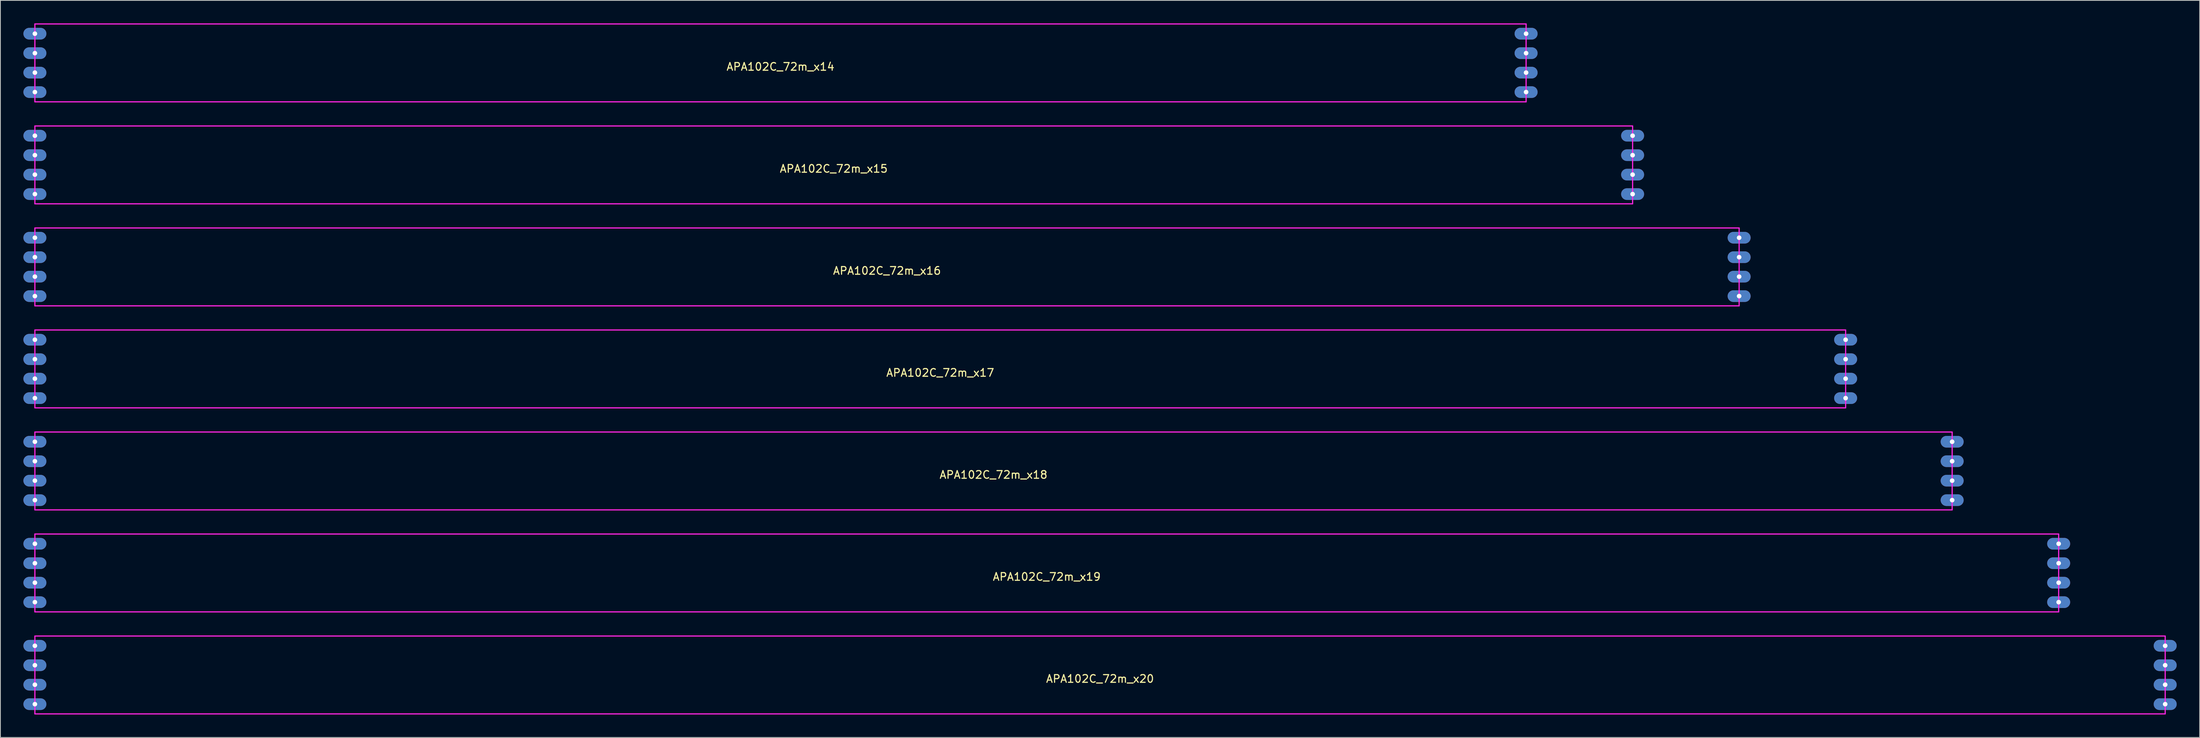
<source format=kicad_pcb>
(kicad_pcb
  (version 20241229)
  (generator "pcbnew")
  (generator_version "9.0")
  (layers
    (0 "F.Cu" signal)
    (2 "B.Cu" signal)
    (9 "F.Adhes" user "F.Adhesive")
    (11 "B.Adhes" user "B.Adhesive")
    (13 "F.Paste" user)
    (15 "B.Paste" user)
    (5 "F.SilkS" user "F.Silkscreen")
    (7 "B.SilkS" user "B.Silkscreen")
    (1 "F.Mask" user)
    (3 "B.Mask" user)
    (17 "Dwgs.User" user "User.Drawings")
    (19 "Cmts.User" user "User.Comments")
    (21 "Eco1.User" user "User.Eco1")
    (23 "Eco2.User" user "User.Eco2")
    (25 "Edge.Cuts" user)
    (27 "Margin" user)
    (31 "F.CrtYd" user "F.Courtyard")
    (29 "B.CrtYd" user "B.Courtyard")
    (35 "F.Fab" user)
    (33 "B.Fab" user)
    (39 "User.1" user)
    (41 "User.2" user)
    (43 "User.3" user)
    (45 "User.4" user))
  (footprint "APA102C_72m_x19"
    (layer "F.Cu")
    (at 133.444 71.705)
    (property "Reference" "APA102C_72m_x19" (at 0 0.5 0) (layer "F.SilkS") (effects (font (size 1 1) (thickness 0.15))))
    (attr through_hole)
    (fp_line (start -131.944 -5.08) (end -131.944 5.08) (stroke (width 0.15) (type solid)) (layer "F.CrtYd"))
    (fp_line (start -131.944 5.08) (end 131.944 5.08) (stroke (width 0.15) (type solid)) (layer "F.CrtYd"))
    (fp_line (start 131.944 -5.08) (end -131.944 -5.08) (stroke (width 0.15) (type solid)) (layer "F.CrtYd"))
    (fp_line (start 131.944 5.08) (end 131.944 -5.08) (stroke (width 0.15) (type solid)) (layer "F.CrtYd"))
    (pad "1" thru_hole oval (at -131.944 -3.81) (size 3 1.524) (drill 0.6) (layers "*.Cu" "*.Mask"))
    (pad "2" thru_hole oval (at -131.944 -1.27) (size 3 1.524) (drill 0.6) (layers "*.Cu" "*.Mask"))
    (pad "3" thru_hole oval (at -131.944 1.27) (size 3 1.524) (drill 0.6) (layers "*.Cu" "*.Mask"))
    (pad "4" thru_hole oval (at -131.944 3.81) (size 3 1.524) (drill 0.6) (layers "*.Cu" "*.Mask"))
    (pad "5" thru_hole oval (at 131.944 -3.81) (size 3 1.524) (drill 0.6) (layers "*.Cu" "*.Mask"))
    (pad "6" thru_hole oval (at 131.944 -1.27) (size 3 1.524) (drill 0.6) (layers "*.Cu" "*.Mask"))
    (pad "7" thru_hole oval (at 131.944 1.27) (size 3 1.524) (drill 0.6) (layers "*.Cu" "*.Mask"))
    (pad "8" thru_hole oval (at 131.944 3.81) (size 3 1.524) (drill 0.6) (layers "*.Cu" "*.Mask")))
  (footprint "APA102C_72m_x16"
    (layer "F.Cu")
    (at 112.611 31.775)
    (property "Reference" "APA102C_72m_x16" (at 0 0.5 0) (layer "F.SilkS") (effects (font (size 1 1) (thickness 0.15))))
    (attr through_hole)
    (fp_line (start -111.111 -5.08) (end -111.111 5.08) (stroke (width 0.15) (type solid)) (layer "F.CrtYd"))
    (fp_line (start -111.111 5.08) (end 111.111 5.08) (stroke (width 0.15) (type solid)) (layer "F.CrtYd"))
    (fp_line (start 111.111 -5.08) (end -111.111 -5.08) (stroke (width 0.15) (type solid)) (layer "F.CrtYd"))
    (fp_line (start 111.111 5.08) (end 111.111 -5.08) (stroke (width 0.15) (type solid)) (layer "F.CrtYd"))
    (pad "1" thru_hole oval (at -111.111 -3.81) (size 3 1.524) (drill 0.6) (layers "*.Cu" "*.Mask"))
    (pad "2" thru_hole oval (at -111.111 -1.27) (size 3 1.524) (drill 0.6) (layers "*.Cu" "*.Mask"))
    (pad "3" thru_hole oval (at -111.111 1.27) (size 3 1.524) (drill 0.6) (layers "*.Cu" "*.Mask"))
    (pad "4" thru_hole oval (at -111.111 3.81) (size 3 1.524) (drill 0.6) (layers "*.Cu" "*.Mask"))
    (pad "5" thru_hole oval (at 111.111 -3.81) (size 3 1.524) (drill 0.6) (layers "*.Cu" "*.Mask"))
    (pad "6" thru_hole oval (at 111.111 -1.27) (size 3 1.524) (drill 0.6) (layers "*.Cu" "*.Mask"))
    (pad "7" thru_hole oval (at 111.111 1.27) (size 3 1.524) (drill 0.6) (layers "*.Cu" "*.Mask"))
    (pad "8" thru_hole oval (at 111.111 3.81) (size 3 1.524) (drill 0.6) (layers "*.Cu" "*.Mask")))
  (footprint "APA102C_72m_x14"
    (layer "F.Cu")
    (at 98.722 5.155)
    (property "Reference" "APA102C_72m_x14" (at 0 0.5 0) (layer "F.SilkS") (effects (font (size 1 1) (thickness 0.15))))
    (attr through_hole)
    (fp_line (start -97.222 -5.08) (end -97.222 5.08) (stroke (width 0.15) (type solid)) (layer "F.CrtYd"))
    (fp_line (start -97.222 5.08) (end 97.222 5.08) (stroke (width 0.15) (type solid)) (layer "F.CrtYd"))
    (fp_line (start 97.222 -5.08) (end -97.222 -5.08) (stroke (width 0.15) (type solid)) (layer "F.CrtYd"))
    (fp_line (start 97.222 5.08) (end 97.222 -5.08) (stroke (width 0.15) (type solid)) (layer "F.CrtYd"))
    (pad "1" thru_hole oval (at -97.222 -3.81) (size 3 1.524) (drill 0.6) (layers "*.Cu" "*.Mask"))
    (pad "2" thru_hole oval (at -97.222 -1.27) (size 3 1.524) (drill 0.6) (layers "*.Cu" "*.Mask"))
    (pad "3" thru_hole oval (at -97.222 1.27) (size 3 1.524) (drill 0.6) (layers "*.Cu" "*.Mask"))
    (pad "4" thru_hole oval (at -97.222 3.81) (size 3 1.524) (drill 0.6) (layers "*.Cu" "*.Mask"))
    (pad "5" thru_hole oval (at 97.222 -3.81) (size 3 1.524) (drill 0.6) (layers "*.Cu" "*.Mask"))
    (pad "6" thru_hole oval (at 97.222 -1.27) (size 3 1.524) (drill 0.6) (layers "*.Cu" "*.Mask"))
    (pad "7" thru_hole oval (at 97.222 1.27) (size 3 1.524) (drill 0.6) (layers "*.Cu" "*.Mask"))
    (pad "8" thru_hole oval (at 97.222 3.81) (size 3 1.524) (drill 0.6) (layers "*.Cu" "*.Mask")))
  (footprint "APA102C_72m_x18"
    (layer "F.Cu")
    (at 126.5 58.395)
    (property "Reference" "APA102C_72m_x18" (at 0 0.5 0) (layer "F.SilkS") (effects (font (size 1 1) (thickness 0.15))))
    (attr through_hole)
    (fp_line (start -125 -5.08) (end -125 5.08) (stroke (width 0.15) (type solid)) (layer "F.CrtYd"))
    (fp_line (start -125 5.08) (end 125 5.08) (stroke (width 0.15) (type solid)) (layer "F.CrtYd"))
    (fp_line (start 125 -5.08) (end -125 -5.08) (stroke (width 0.15) (type solid)) (layer "F.CrtYd"))
    (fp_line (start 125 5.08) (end 125 -5.08) (stroke (width 0.15) (type solid)) (layer "F.CrtYd"))
    (pad "1" thru_hole oval (at -125 -3.81) (size 3 1.524) (drill 0.6) (layers "*.Cu" "*.Mask"))
    (pad "2" thru_hole oval (at -125 -1.27) (size 3 1.524) (drill 0.6) (layers "*.Cu" "*.Mask"))
    (pad "3" thru_hole oval (at -125 1.27) (size 3 1.524) (drill 0.6) (layers "*.Cu" "*.Mask"))
    (pad "4" thru_hole oval (at -125 3.81) (size 3 1.524) (drill 0.6) (layers "*.Cu" "*.Mask"))
    (pad "5" thru_hole oval (at 125 -3.81) (size 3 1.524) (drill 0.6) (layers "*.Cu" "*.Mask"))
    (pad "6" thru_hole oval (at 125 -1.27) (size 3 1.524) (drill 0.6) (layers "*.Cu" "*.Mask"))
    (pad "7" thru_hole oval (at 125 1.27) (size 3 1.524) (drill 0.6) (layers "*.Cu" "*.Mask"))
    (pad "8" thru_hole oval (at 125 3.81) (size 3 1.524) (drill 0.6) (layers "*.Cu" "*.Mask")))
  (footprint "APA102C_72m_x17"
    (layer "F.Cu")
    (at 119.555 45.085)
    (property "Reference" "APA102C_72m_x17" (at 0 0.5 0) (layer "F.SilkS") (effects (font (size 1 1) (thickness 0.15))))
    (attr through_hole)
    (fp_line (start -118.055 -5.08) (end -118.055 5.08) (stroke (width 0.15) (type solid)) (layer "F.CrtYd"))
    (fp_line (start -118.055 5.08) (end 118.055 5.08) (stroke (width 0.15) (type solid)) (layer "F.CrtYd"))
    (fp_line (start 118.055 -5.08) (end -118.055 -5.08) (stroke (width 0.15) (type solid)) (layer "F.CrtYd"))
    (fp_line (start 118.055 5.08) (end 118.055 -5.08) (stroke (width 0.15) (type solid)) (layer "F.CrtYd"))
    (pad "1" thru_hole oval (at -118.055 -3.81) (size 3 1.524) (drill 0.6) (layers "*.Cu" "*.Mask"))
    (pad "2" thru_hole oval (at -118.055 -1.27) (size 3 1.524) (drill 0.6) (layers "*.Cu" "*.Mask"))
    (pad "3" thru_hole oval (at -118.055 1.27) (size 3 1.524) (drill 0.6) (layers "*.Cu" "*.Mask"))
    (pad "4" thru_hole oval (at -118.055 3.81) (size 3 1.524) (drill 0.6) (layers "*.Cu" "*.Mask"))
    (pad "5" thru_hole oval (at 118.055 -3.81) (size 3 1.524) (drill 0.6) (layers "*.Cu" "*.Mask"))
    (pad "6" thru_hole oval (at 118.055 -1.27) (size 3 1.524) (drill 0.6) (layers "*.Cu" "*.Mask"))
    (pad "7" thru_hole oval (at 118.055 1.27) (size 3 1.524) (drill 0.6) (layers "*.Cu" "*.Mask"))
    (pad "8" thru_hole oval (at 118.055 3.81) (size 3 1.524) (drill 0.6) (layers "*.Cu" "*.Mask")))
  (footprint "APA102C_72m_x15"
    (layer "F.Cu")
    (at 105.667 18.465)
    (property "Reference" "APA102C_72m_x15" (at 0 0.5 0) (layer "F.SilkS") (effects (font (size 1 1) (thickness 0.15))))
    (attr through_hole)
    (fp_line (start -104.167 -5.08) (end -104.167 5.08) (stroke (width 0.15) (type solid)) (layer "F.CrtYd"))
    (fp_line (start -104.167 5.08) (end 104.167 5.08) (stroke (width 0.15) (type solid)) (layer "F.CrtYd"))
    (fp_line (start 104.167 -5.08) (end -104.167 -5.08) (stroke (width 0.15) (type solid)) (layer "F.CrtYd"))
    (fp_line (start 104.167 5.08) (end 104.167 -5.08) (stroke (width 0.15) (type solid)) (layer "F.CrtYd"))
    (pad "1" thru_hole oval (at -104.167 -3.81) (size 3 1.524) (drill 0.6) (layers "*.Cu" "*.Mask"))
    (pad "2" thru_hole oval (at -104.167 -1.27) (size 3 1.524) (drill 0.6) (layers "*.Cu" "*.Mask"))
    (pad "3" thru_hole oval (at -104.167 1.27) (size 3 1.524) (drill 0.6) (layers "*.Cu" "*.Mask"))
    (pad "4" thru_hole oval (at -104.167 3.81) (size 3 1.524) (drill 0.6) (layers "*.Cu" "*.Mask"))
    (pad "5" thru_hole oval (at 104.167 -3.81) (size 3 1.524) (drill 0.6) (layers "*.Cu" "*.Mask"))
    (pad "6" thru_hole oval (at 104.167 -1.27) (size 3 1.524) (drill 0.6) (layers "*.Cu" "*.Mask"))
    (pad "7" thru_hole oval (at 104.167 1.27) (size 3 1.524) (drill 0.6) (layers "*.Cu" "*.Mask"))
    (pad "8" thru_hole oval (at 104.167 3.81) (size 3 1.524) (drill 0.6) (layers "*.Cu" "*.Mask")))
  (footprint "APA102C_72m_x20"
    (layer "F.Cu")
    (at 140.389 85.015)
    (property "Reference" "APA102C_72m_x20" (at 0 0.5 0) (layer "F.SilkS") (effects (font (size 1 1) (thickness 0.15))))
    (attr through_hole)
    (fp_line (start -138.889 -5.08) (end -138.889 5.08) (stroke (width 0.15) (type solid)) (layer "F.CrtYd"))
    (fp_line (start -138.889 5.08) (end 138.889 5.08) (stroke (width 0.15) (type solid)) (layer "F.CrtYd"))
    (fp_line (start 138.889 -5.08) (end -138.889 -5.08) (stroke (width 0.15) (type solid)) (layer "F.CrtYd"))
    (fp_line (start 138.889 5.08) (end 138.889 -5.08) (stroke (width 0.15) (type solid)) (layer "F.CrtYd"))
    (pad "1" thru_hole oval (at -138.889 -3.81) (size 3 1.524) (drill 0.6) (layers "*.Cu" "*.Mask"))
    (pad "2" thru_hole oval (at -138.889 -1.27) (size 3 1.524) (drill 0.6) (layers "*.Cu" "*.Mask"))
    (pad "3" thru_hole oval (at -138.889 1.27) (size 3 1.524) (drill 0.6) (layers "*.Cu" "*.Mask"))
    (pad "4" thru_hole oval (at -138.889 3.81) (size 3 1.524) (drill 0.6) (layers "*.Cu" "*.Mask"))
    (pad "5" thru_hole oval (at 138.889 -3.81) (size 3 1.524) (drill 0.6) (layers "*.Cu" "*.Mask"))
    (pad "6" thru_hole oval (at 138.889 -1.27) (size 3 1.524) (drill 0.6) (layers "*.Cu" "*.Mask"))
    (pad "7" thru_hole oval (at 138.889 1.27) (size 3 1.524) (drill 0.6) (layers "*.Cu" "*.Mask"))
    (pad "8" thru_hole oval (at 138.889 3.81) (size 3 1.524) (drill 0.6) (layers "*.Cu" "*.Mask")))
  (gr_rect
    (start -3 -3)
    (end 283.778 93.17)
    (stroke (width 0.1) (type default))
    (fill no)
    (layer "Edge.Cuts")))
</source>
